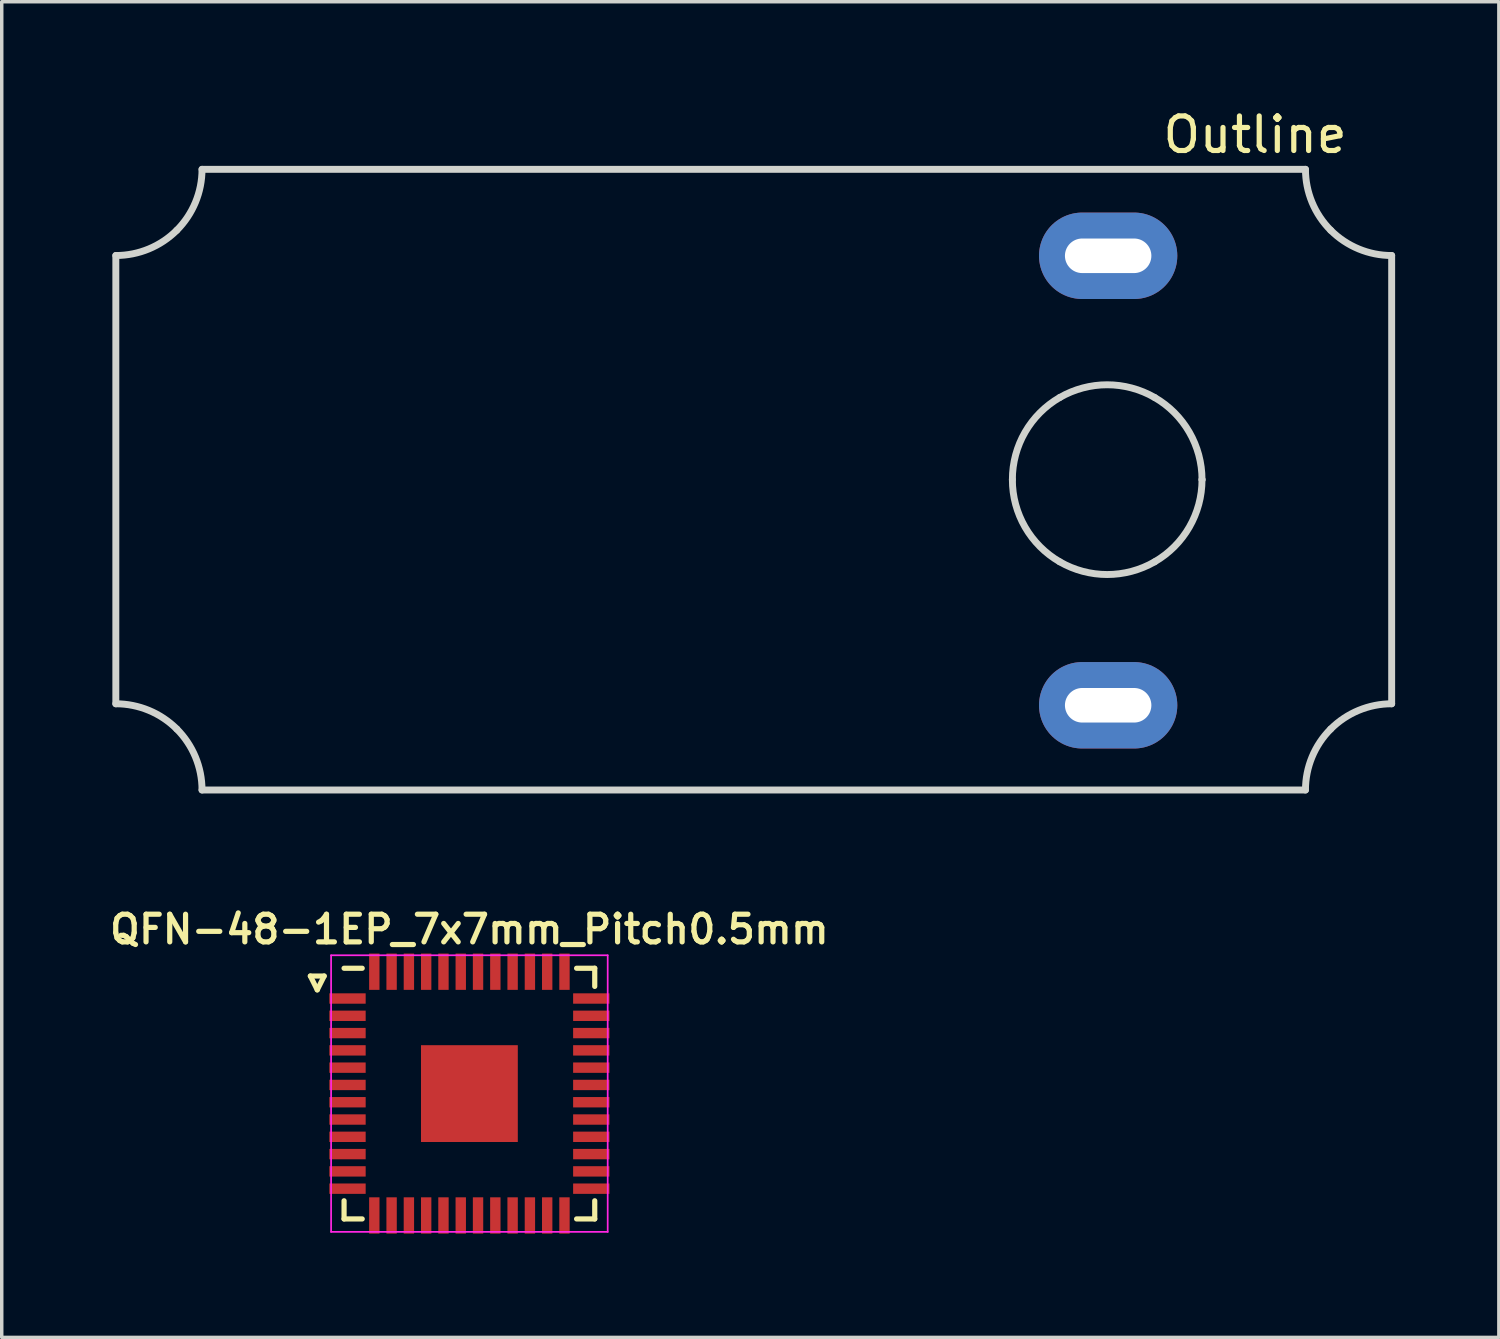
<source format=kicad_pcb>
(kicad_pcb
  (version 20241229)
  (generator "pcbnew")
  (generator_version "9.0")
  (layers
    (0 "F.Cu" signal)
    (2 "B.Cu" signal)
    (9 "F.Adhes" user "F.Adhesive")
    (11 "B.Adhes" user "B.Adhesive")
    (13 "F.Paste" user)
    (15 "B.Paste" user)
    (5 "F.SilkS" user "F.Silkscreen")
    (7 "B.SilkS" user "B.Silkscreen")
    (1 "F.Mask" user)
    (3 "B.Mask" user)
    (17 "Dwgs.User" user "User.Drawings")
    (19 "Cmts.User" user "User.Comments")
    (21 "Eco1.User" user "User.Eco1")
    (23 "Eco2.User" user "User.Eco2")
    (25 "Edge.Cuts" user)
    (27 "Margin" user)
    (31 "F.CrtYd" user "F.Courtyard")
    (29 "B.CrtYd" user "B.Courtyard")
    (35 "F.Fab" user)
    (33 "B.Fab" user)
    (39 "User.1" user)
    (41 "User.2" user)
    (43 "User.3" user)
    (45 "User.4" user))
  (footprint "QFN-48-1EP_7x7mm_Pitch0.5mm"
    (layer "F.Cu")
    (at 10.526 28.579)
    (property "Reference" "QFN-48-1EP_7x7mm_Pitch0.5mm" (at 0 -4.75 0) (layer "F.SilkS") (effects (font (size 0.8 0.8) (thickness 0.15))))
    (attr smd)
    (fp_line (start -4.6 -3.4) (end -4.2 -3.4) (stroke (width 0.15) (type solid)) (layer "F.SilkS"))
    (fp_line (start -4.4 -3) (end -4.6 -3.4) (stroke (width 0.15) (type solid)) (layer "F.SilkS"))
    (fp_line (start -4.2 -3.4) (end -4.4 -3) (stroke (width 0.15) (type solid)) (layer "F.SilkS"))
    (fp_line (start -3.625 -3.625) (end -3.1 -3.625) (stroke (width 0.15) (type solid)) (layer "F.SilkS"))
    (fp_line (start -3.625 3.625) (end -3.625 3.1) (stroke (width 0.15) (type solid)) (layer "F.SilkS"))
    (fp_line (start -3.625 3.625) (end -3.1 3.625) (stroke (width 0.15) (type solid)) (layer "F.SilkS"))
    (fp_line (start 3.625 -3.625) (end 3.1 -3.625) (stroke (width 0.15) (type solid)) (layer "F.SilkS"))
    (fp_line (start 3.625 -3.625) (end 3.625 -3.1) (stroke (width 0.15) (type solid)) (layer "F.SilkS"))
    (fp_line (start 3.625 3.625) (end 3.1 3.625) (stroke (width 0.15) (type solid)) (layer "F.SilkS"))
    (fp_line (start 3.625 3.625) (end 3.625 3.1) (stroke (width 0.15) (type solid)) (layer "F.SilkS"))
    (fp_line (start -4 -4) (end -4 4) (stroke (width 0.05) (type solid)) (layer "F.CrtYd"))
    (fp_line (start -4 -4) (end 4 -4) (stroke (width 0.05) (type solid)) (layer "F.CrtYd"))
    (fp_line (start -4 4) (end 4 4) (stroke (width 0.05) (type solid)) (layer "F.CrtYd"))
    (fp_line (start 4 -4) (end 4 4) (stroke (width 0.05) (type solid)) (layer "F.CrtYd"))
    (pad "1" smd rect (at -3.525 -2.75) (size 1.05 0.3) (layers "F.Cu" "F.Mask" "F.Paste"))
    (pad "2" smd rect (at -3.525 -2.25) (size 1.05 0.3) (layers "F.Cu" "F.Mask" "F.Paste"))
    (pad "3" smd rect (at -3.525 -1.75) (size 1.05 0.3) (layers "F.Cu" "F.Mask" "F.Paste"))
    (pad "4" smd rect (at -3.525 -1.25) (size 1.05 0.3) (layers "F.Cu" "F.Mask" "F.Paste"))
    (pad "5" smd rect (at -3.525 -0.75) (size 1.05 0.3) (layers "F.Cu" "F.Mask" "F.Paste"))
    (pad "6" smd rect (at -3.525 -0.25) (size 1.05 0.3) (layers "F.Cu" "F.Mask" "F.Paste"))
    (pad "7" smd rect (at -3.525 0.25) (size 1.05 0.3) (layers "F.Cu" "F.Mask" "F.Paste"))
    (pad "8" smd rect (at -3.525 0.75) (size 1.05 0.3) (layers "F.Cu" "F.Mask" "F.Paste"))
    (pad "9" smd rect (at -3.525 1.25) (size 1.05 0.3) (layers "F.Cu" "F.Mask" "F.Paste"))
    (pad "10" smd rect (at -3.525 1.75) (size 1.05 0.3) (layers "F.Cu" "F.Mask" "F.Paste"))
    (pad "11" smd rect (at -3.525 2.25) (size 1.05 0.3) (layers "F.Cu" "F.Mask" "F.Paste"))
    (pad "12" smd rect (at -3.525 2.75) (size 1.05 0.3) (layers "F.Cu" "F.Mask" "F.Paste"))
    (pad "13" smd rect (at -2.75 3.525 90) (size 1.05 0.3) (layers "F.Cu" "F.Mask" "F.Paste"))
    (pad "14" smd rect (at -2.25 3.525 90) (size 1.05 0.3) (layers "F.Cu" "F.Mask" "F.Paste"))
    (pad "15" smd rect (at -1.75 3.525 90) (size 1.05 0.3) (layers "F.Cu" "F.Mask" "F.Paste"))
    (pad "16" smd rect (at -1.25 3.525 90) (size 1.05 0.3) (layers "F.Cu" "F.Mask" "F.Paste"))
    (pad "17" smd rect (at -0.75 3.525 90) (size 1.05 0.3) (layers "F.Cu" "F.Mask" "F.Paste"))
    (pad "18" smd rect (at -0.25 3.525 90) (size 1.05 0.3) (layers "F.Cu" "F.Mask" "F.Paste"))
    (pad "19" smd rect (at 0.25 3.525 90) (size 1.05 0.3) (layers "F.Cu" "F.Mask" "F.Paste"))
    (pad "20" smd rect (at 0.75 3.525 90) (size 1.05 0.3) (layers "F.Cu" "F.Mask" "F.Paste"))
    (pad "21" smd rect (at 1.25 3.525 90) (size 1.05 0.3) (layers "F.Cu" "F.Mask" "F.Paste"))
    (pad "22" smd rect (at 1.75 3.525 90) (size 1.05 0.3) (layers "F.Cu" "F.Mask" "F.Paste"))
    (pad "23" smd rect (at 2.25 3.525 90) (size 1.05 0.3) (layers "F.Cu" "F.Mask" "F.Paste"))
    (pad "24" smd rect (at 2.75 3.525 90) (size 1.05 0.3) (layers "F.Cu" "F.Mask" "F.Paste"))
    (pad "25" smd rect (at 3.525 2.75) (size 1.05 0.3) (layers "F.Cu" "F.Mask" "F.Paste"))
    (pad "26" smd rect (at 3.525 2.25) (size 1.05 0.3) (layers "F.Cu" "F.Mask" "F.Paste"))
    (pad "27" smd rect (at 3.525 1.75) (size 1.05 0.3) (layers "F.Cu" "F.Mask" "F.Paste"))
    (pad "28" smd rect (at 3.525 1.25) (size 1.05 0.3) (layers "F.Cu" "F.Mask" "F.Paste"))
    (pad "29" smd rect (at 3.525 0.75) (size 1.05 0.3) (layers "F.Cu" "F.Mask" "F.Paste"))
    (pad "30" smd rect (at 3.525 0.25) (size 1.05 0.3) (layers "F.Cu" "F.Mask" "F.Paste"))
    (pad "31" smd rect (at 3.525 -0.25) (size 1.05 0.3) (layers "F.Cu" "F.Mask" "F.Paste"))
    (pad "32" smd rect (at 3.525 -0.75) (size 1.05 0.3) (layers "F.Cu" "F.Mask" "F.Paste"))
    (pad "33" smd rect (at 3.525 -1.25) (size 1.05 0.3) (layers "F.Cu" "F.Mask" "F.Paste"))
    (pad "34" smd rect (at 3.525 -1.75) (size 1.05 0.3) (layers "F.Cu" "F.Mask" "F.Paste"))
    (pad "35" smd rect (at 3.525 -2.25) (size 1.05 0.3) (layers "F.Cu" "F.Mask" "F.Paste"))
    (pad "36" smd rect (at 3.525 -2.75) (size 1.05 0.3) (layers "F.Cu" "F.Mask" "F.Paste"))
    (pad "37" smd rect (at 2.75 -3.525 90) (size 1.05 0.3) (layers "F.Cu" "F.Mask" "F.Paste"))
    (pad "38" smd rect (at 2.25 -3.525 90) (size 1.05 0.3) (layers "F.Cu" "F.Mask" "F.Paste"))
    (pad "39" smd rect (at 1.75 -3.525 90) (size 1.05 0.3) (layers "F.Cu" "F.Mask" "F.Paste"))
    (pad "40" smd rect (at 1.25 -3.525 90) (size 1.05 0.3) (layers "F.Cu" "F.Mask" "F.Paste"))
    (pad "41" smd rect (at 0.75 -3.525 90) (size 1.05 0.3) (layers "F.Cu" "F.Mask" "F.Paste"))
    (pad "42" smd rect (at 0.25 -3.525 90) (size 1.05 0.3) (layers "F.Cu" "F.Mask" "F.Paste"))
    (pad "43" smd rect (at -0.25 -3.525 90) (size 1.05 0.3) (layers "F.Cu" "F.Mask" "F.Paste"))
    (pad "44" smd rect (at -0.75 -3.525 90) (size 1.05 0.3) (layers "F.Cu" "F.Mask" "F.Paste"))
    (pad "45" smd rect (at -1.25 -3.525 90) (size 1.05 0.3) (layers "F.Cu" "F.Mask" "F.Paste"))
    (pad "46" smd rect (at -1.75 -3.525 90) (size 1.05 0.3) (layers "F.Cu" "F.Mask" "F.Paste"))
    (pad "47" smd rect (at -2.25 -3.525 90) (size 1.05 0.3) (layers "F.Cu" "F.Mask" "F.Paste"))
    (pad "48" smd rect (at -2.75 -3.525 90) (size 1.05 0.3) (layers "F.Cu" "F.Mask" "F.Paste"))
    (pad "49" smd rect (at 0 0) (size 2.8 2.8) (layers "F.Cu" "F.Mask" "F.Paste")))
  (footprint "Outline"
    (layer "F.Cu")
    (at 0.25 19.848)
    (property "Reference" "Outline" (at 33 -19 0) (layer "F.SilkS") (effects (font (size 1 1) (thickness 0.15))))
    (attr through_hole)
    (fp_line (start 0.05 -2.543) (end 0.05 -15.508) (stroke (width 0.2) (type solid)) (layer "Edge.Cuts"))
    (fp_line (start 2.543 -18.001) (end 34.457 -18.001) (stroke (width 0.2) (type solid)) (layer "Edge.Cuts"))
    (fp_line (start 31.465 -9.026) (end 31.465 -9.026) (stroke (width 0.2) (type solid)) (layer "Edge.Cuts"))
    (fp_line (start 34.457 -0.05) (end 2.543 -0.05) (stroke (width 0.2) (type solid)) (layer "Edge.Cuts"))
    (fp_line (start 36.95 -15.508) (end 36.95 -2.543) (stroke (width 0.2) (type solid)) (layer "Edge.Cuts"))
    (fp_curve (pts (xy 0.05 -15.508) (xy 0.711 -15.508) (xy 1.345 -15.771) (xy 1.813 -16.238)) (stroke (width 0.2) (type solid)) (layer "Edge.Cuts"))
    (fp_curve (pts (xy 1.813 -16.238) (xy 2.28 -16.706) (xy 2.543 -17.34) (xy 2.543 -18.001)) (stroke (width 0.2) (type solid)) (layer "Edge.Cuts"))
    (fp_curve (pts (xy 1.813 -1.813) (xy 1.345 -2.28) (xy 0.711 -2.543) (xy 0.05 -2.543)) (stroke (width 0.2) (type solid)) (layer "Edge.Cuts"))
    (fp_curve (pts (xy 2.543 -0.05) (xy 2.543 -0.711) (xy 2.28 -1.345) (xy 1.813 -1.813)) (stroke (width 0.2) (type solid)) (layer "Edge.Cuts"))
    (fp_curve (pts (xy 25.98 -9.026) (xy 25.979 -8.045) (xy 26.502 -7.14) (xy 27.351 -6.649)) (stroke (width 0.2) (type solid)) (layer "Edge.Cuts"))
    (fp_curve (pts (xy 27.351 -11.402) (xy 26.502 -10.912) (xy 25.979 -10.006) (xy 25.98 -9.026)) (stroke (width 0.2) (type solid)) (layer "Edge.Cuts"))
    (fp_curve (pts (xy 27.351 -6.649) (xy 28.199 -6.159) (xy 29.245 -6.159) (xy 30.094 -6.649)) (stroke (width 0.2) (type solid)) (layer "Edge.Cuts"))
    (fp_curve (pts (xy 30.094 -11.402) (xy 29.245 -11.892) (xy 28.199 -11.892) (xy 27.351 -11.402)) (stroke (width 0.2) (type solid)) (layer "Edge.Cuts"))
    (fp_curve (pts (xy 30.094 -6.649) (xy 30.943 -7.14) (xy 31.465 -8.045) (xy 31.465 -9.026)) (stroke (width 0.2) (type solid)) (layer "Edge.Cuts"))
    (fp_curve (pts (xy 31.465 -9.026) (xy 31.465 -10.006) (xy 30.943 -10.912) (xy 30.094 -11.402)) (stroke (width 0.2) (type solid)) (layer "Edge.Cuts"))
    (fp_curve (pts (xy 34.457 -18.001) (xy 34.457 -17.34) (xy 34.72 -16.706) (xy 35.187 -16.238)) (stroke (width 0.2) (type solid)) (layer "Edge.Cuts"))
    (fp_curve (pts (xy 35.187 -16.238) (xy 35.655 -15.771) (xy 36.289 -15.508) (xy 36.95 -15.508)) (stroke (width 0.2) (type solid)) (layer "Edge.Cuts"))
    (fp_curve (pts (xy 35.187 -1.813) (xy 34.72 -1.345) (xy 34.457 -0.711) (xy 34.457 -0.05)) (stroke (width 0.2) (type solid)) (layer "Edge.Cuts"))
    (fp_curve (pts (xy 36.95 -2.543) (xy 36.289 -2.543) (xy 35.655 -2.28) (xy 35.187 -1.813)) (stroke (width 0.2) (type solid)) (layer "Edge.Cuts"))
    (pad "1" thru_hole oval (at 28.75 -15.5) (size 4 2.5) (drill oval 2.5 1) (layers "*.Cu" "*.Mask"))
    (pad "2" thru_hole oval (at 28.75 -2.5) (size 4 2.5) (drill oval 2.5 1) (layers "*.Cu" "*.Mask")))
  (gr_rect
    (start -3 -3)
    (end 40.3 35.63)
    (stroke (width 0.1) (type default))
    (fill no)
    (layer "Edge.Cuts")))
</source>
